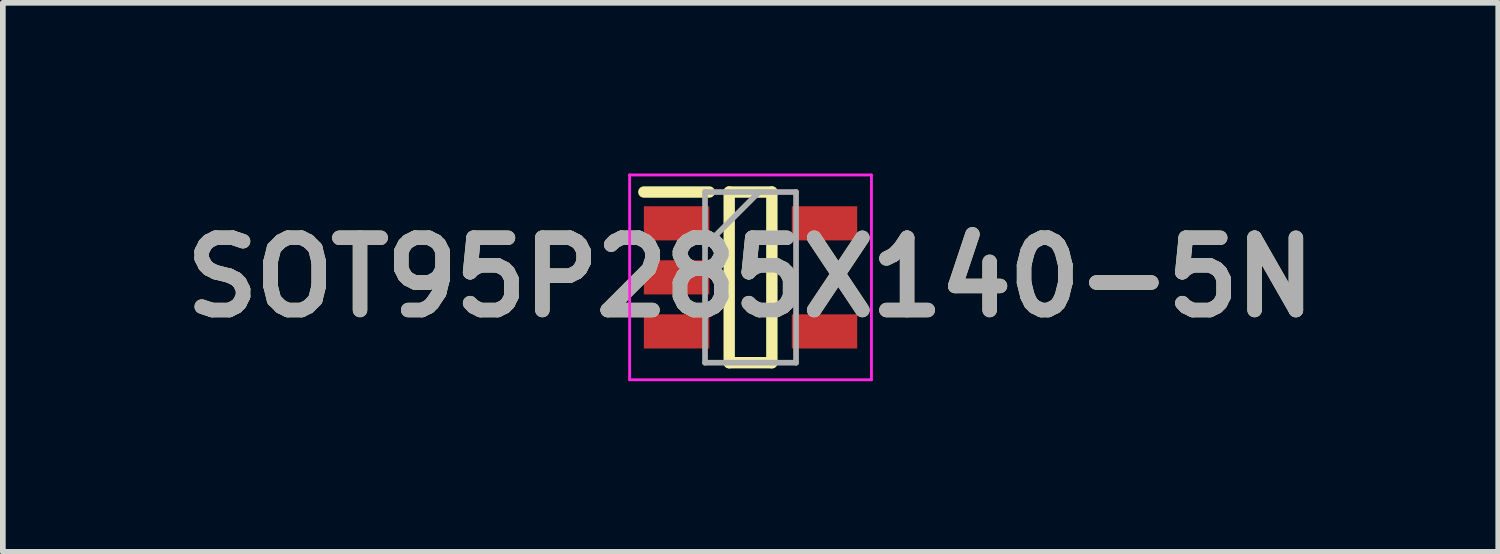
<source format=kicad_pcb>
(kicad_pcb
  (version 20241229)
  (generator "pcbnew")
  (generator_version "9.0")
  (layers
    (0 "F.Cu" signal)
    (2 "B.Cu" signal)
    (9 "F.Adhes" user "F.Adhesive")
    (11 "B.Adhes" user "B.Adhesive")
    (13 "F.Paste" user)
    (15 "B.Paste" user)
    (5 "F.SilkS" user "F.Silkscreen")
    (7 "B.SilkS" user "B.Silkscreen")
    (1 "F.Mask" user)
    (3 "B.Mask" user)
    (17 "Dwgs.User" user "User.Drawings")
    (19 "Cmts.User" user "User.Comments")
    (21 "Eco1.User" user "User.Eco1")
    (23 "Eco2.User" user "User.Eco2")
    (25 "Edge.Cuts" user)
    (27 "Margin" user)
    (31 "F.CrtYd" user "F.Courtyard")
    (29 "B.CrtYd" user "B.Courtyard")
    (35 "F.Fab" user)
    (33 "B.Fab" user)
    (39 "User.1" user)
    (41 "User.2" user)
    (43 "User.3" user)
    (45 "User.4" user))
  (footprint "SOT95P285X140-5N"
    (layer "F.Cu")
    (at 10.142 1.825)
    (property "Reference" "SOT95P285X140-5N" (at 0 0 0) (layer "F.SilkS") (effects (font (size 1.27 1.27) (thickness 0.254))))
    (attr smd)
    (fp_line (start -1.875 -1.5) (end -0.725 -1.5) (stroke (width 0.2) (type solid)) (layer "F.SilkS"))
    (fp_line (start -0.375 -1.5) (end 0.375 -1.5) (stroke (width 0.2) (type solid)) (layer "F.SilkS"))
    (fp_line (start -0.375 1.5) (end -0.375 -1.5) (stroke (width 0.2) (type solid)) (layer "F.SilkS"))
    (fp_line (start 0.375 -1.5) (end 0.375 1.5) (stroke (width 0.2) (type solid)) (layer "F.SilkS"))
    (fp_line (start 0.375 1.5) (end -0.375 1.5) (stroke (width 0.2) (type solid)) (layer "F.SilkS"))
    (fp_line (start -2.125 -1.8) (end 2.125 -1.8) (stroke (width 0.05) (type solid)) (layer "F.CrtYd"))
    (fp_line (start -2.125 1.8) (end -2.125 -1.8) (stroke (width 0.05) (type solid)) (layer "F.CrtYd"))
    (fp_line (start 2.125 -1.8) (end 2.125 1.8) (stroke (width 0.05) (type solid)) (layer "F.CrtYd"))
    (fp_line (start 2.125 1.8) (end -2.125 1.8) (stroke (width 0.05) (type solid)) (layer "F.CrtYd"))
    (fp_line (start -0.8 -1.5) (end 0.8 -1.5) (stroke (width 0.1) (type solid)) (layer "F.Fab"))
    (fp_line (start -0.8 -0.55) (end 0.15 -1.5) (stroke (width 0.1) (type solid)) (layer "F.Fab"))
    (fp_line (start -0.8 1.5) (end -0.8 -1.5) (stroke (width 0.1) (type solid)) (layer "F.Fab"))
    (fp_line (start 0.8 -1.5) (end 0.8 1.5) (stroke (width 0.1) (type solid)) (layer "F.Fab"))
    (fp_line (start 0.8 1.5) (end -0.8 1.5) (stroke (width 0.1) (type solid)) (layer "F.Fab"))
    (fp_text user "${REFERENCE}" (at 0 0 0) (layer "F.Fab") (effects (font (size 1.27 1.27) (thickness 0.254))))
    (pad "1" smd rect (at -1.3 -0.95 90) (size 0.6 1.15) (layers "F.Cu" "F.Mask" "F.Paste"))
    (pad "2" smd rect (at -1.3 0 90) (size 0.6 1.15) (layers "F.Cu" "F.Mask" "F.Paste"))
    (pad "3" smd rect (at -1.3 0.95 90) (size 0.6 1.15) (layers "F.Cu" "F.Mask" "F.Paste"))
    (pad "4" smd rect (at 1.3 0.95 90) (size 0.6 1.15) (layers "F.Cu" "F.Mask" "F.Paste"))
    (pad "5" smd rect (at 1.3 -0.95 90) (size 0.6 1.15) (layers "F.Cu" "F.Mask" "F.Paste")))
  (gr_rect
    (start -3 -3)
    (end 23.284 6.65)
    (stroke (width 0.1) (type default))
    (fill no)
    (layer "Edge.Cuts")))
</source>
